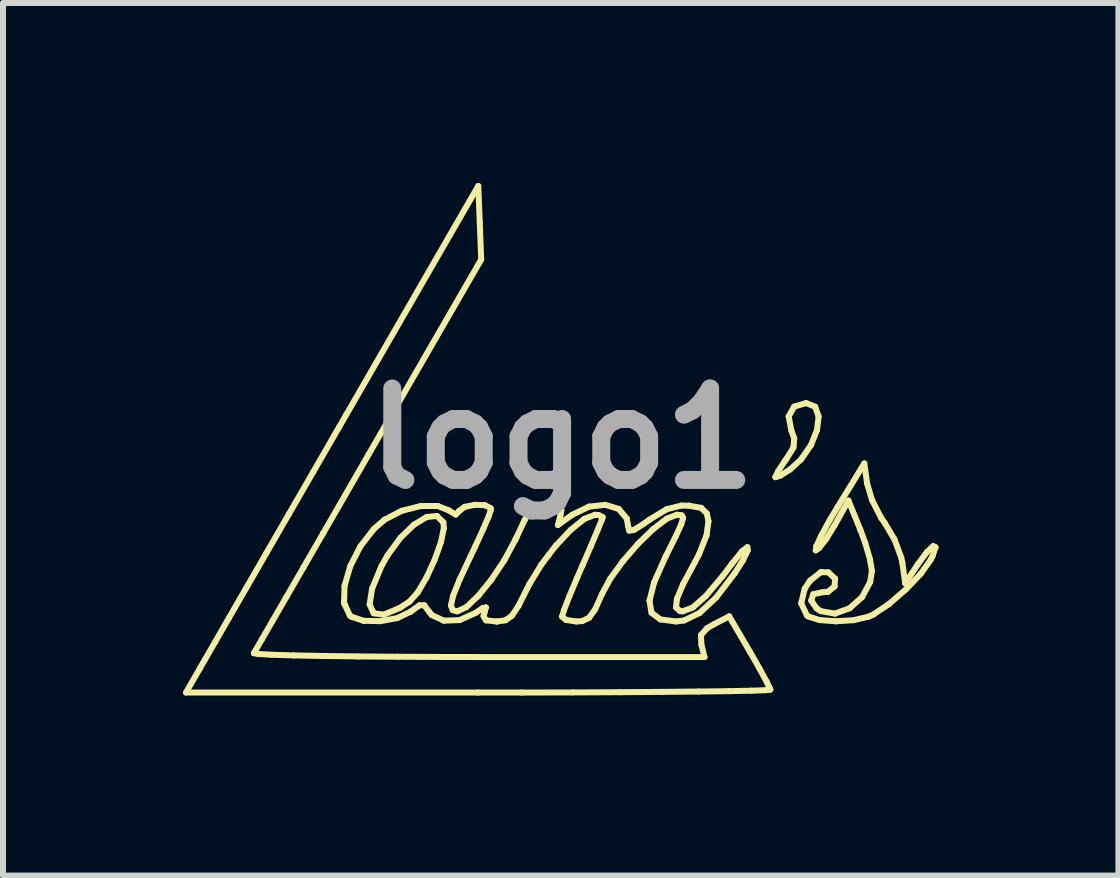
<source format=kicad_pcb>
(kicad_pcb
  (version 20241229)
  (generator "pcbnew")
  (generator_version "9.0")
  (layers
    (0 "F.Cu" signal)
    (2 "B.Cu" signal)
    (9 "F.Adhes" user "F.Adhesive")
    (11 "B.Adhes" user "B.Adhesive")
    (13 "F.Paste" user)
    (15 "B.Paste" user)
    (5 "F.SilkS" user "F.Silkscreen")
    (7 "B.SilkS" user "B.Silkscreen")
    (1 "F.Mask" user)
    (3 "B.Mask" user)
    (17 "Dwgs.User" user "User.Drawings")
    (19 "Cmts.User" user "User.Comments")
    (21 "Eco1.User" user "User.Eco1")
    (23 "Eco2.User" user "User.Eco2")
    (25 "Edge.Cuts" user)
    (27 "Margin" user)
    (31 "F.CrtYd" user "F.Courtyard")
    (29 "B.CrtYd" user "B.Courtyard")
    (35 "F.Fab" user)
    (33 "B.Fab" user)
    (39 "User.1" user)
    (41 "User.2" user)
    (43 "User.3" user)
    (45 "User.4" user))
  (footprint "logo1"
    (layer "F.Cu")
    (at 6.319 4.261)
    (property "Reference" "logo1" (at 0 0 0) (layer "F.Fab") (effects (font (size 1.524 1.524) (thickness 0.3))))
    (attr board_only exclude_from_pos_files exclude_from_bom)
    (fp_poly (pts (xy 4.218 -0.531) (xy 4.276 -0.369) (xy 4.25 -0.145) (xy 4.15 0.106) (xy 3.985 0.346) (xy 3.8 0.515) (xy 3.64 0.616) (xy 3.559 0.643) (xy 3.556 0.637) (xy 3.602 0.542) (xy 3.714 0.372) (xy 3.74 0.337) (xy 3.857 0.148) (xy 3.87 -0.003) (xy 3.822 -0.135) (xy 3.777 -0.37) (xy 3.868 -0.533) (xy 4.069 -0.593)) (stroke (width 0) (type solid)) (fill yes) (layer "F.Mask"))
    (fp_poly (pts (xy -1.372 -3.598) (xy -1.348 -2.985) (xy -3.224 0.264) (xy -3.615 0.942) (xy -3.98 1.574) (xy -4.31 2.146) (xy -4.597 2.643) (xy -4.832 3.049) (xy -5.006 3.35) (xy -5.11 3.531) (xy -5.137 3.577) (xy -5.063 3.59) (xy -4.837 3.603) (xy -4.474 3.614) (xy -3.993 3.623) (xy -3.409 3.631) (xy -2.74 3.636) (xy -2.002 3.64) (xy -1.4 3.641) (xy 2.374 3.641) (xy 2.322 3.435) (xy 2.315 3.276) (xy 2.418 3.16) (xy 2.529 3.096) (xy 2.786 2.963) (xy 3.129 3.549) (xy 3.289 3.829) (xy 3.409 4.049) (xy 3.468 4.173) (xy 3.471 4.185) (xy 3.389 4.194) (xy 3.153 4.202) (xy 2.777 4.21) (xy 2.276 4.216) (xy 1.666 4.222) (xy 0.961 4.227) (xy 0.177 4.231) (xy -0.672 4.233) (xy -1.399 4.233) (xy -6.269 4.233) (xy -6.034 3.825) (xy -5.947 3.673) (xy -5.783 3.39) (xy -5.554 2.991) (xy -5.266 2.493) (xy -4.93 1.91) (xy -4.554 1.259) (xy -4.148 0.556) (xy -3.72 -0.186) (xy -3.598 -0.397) (xy -1.397 -4.211)) (stroke (width 0) (type solid)) (fill yes) (layer "F.Mask"))
    (fp_poly (pts (xy 5.085 0.749) (xy 5.168 1.028) (xy 5.32 1.323) (xy 5.378 1.406) (xy 5.542 1.683) (xy 5.654 1.985) (xy 5.672 2.071) (xy 5.72 2.413) (xy 5.929 2.097) (xy 6.082 1.89) (xy 6.187 1.792) (xy 6.225 1.811) (xy 6.178 1.952) (xy 6.146 2.017) (xy 5.98 2.252) (xy 5.728 2.516) (xy 5.446 2.76) (xy 5.187 2.933) (xy 5.112 2.967) (xy 4.858 3.027) (xy 4.563 3.045) (xy 4.29 3.024) (xy 4.104 2.965) (xy 4.081 2.946) (xy 3.986 2.745) (xy 4.045 2.501) (xy 4.135 2.366) (xy 4.314 2.226) (xy 4.438 2.229) (xy 4.551 2.334) (xy 4.542 2.464) (xy 4.432 2.554) (xy 4.336 2.562) (xy 4.186 2.594) (xy 4.153 2.7) (xy 4.242 2.829) (xy 4.312 2.876) (xy 4.549 2.917) (xy 4.792 2.828) (xy 5.001 2.642) (xy 5.136 2.389) (xy 5.164 2.204) (xy 5.132 2.01) (xy 5.051 1.732) (xy 4.969 1.512) (xy 4.774 1.033) (xy 4.541 1.448) (xy 4.401 1.675) (xy 4.283 1.825) (xy 4.229 1.863) (xy 4.237 1.796) (xy 4.32 1.617) (xy 4.464 1.355) (xy 4.594 1.138) (xy 5.038 0.414)) (stroke (width 0) (type solid)) (fill yes) (layer "F.Mask"))
    (fp_poly (pts (xy -0.066 1.117) (xy -0.012 1.187) (xy -0.025 1.27) (xy -0.069 1.44) (xy 0.169 1.27) (xy 0.449 1.134) (xy 0.72 1.104) (xy 0.943 1.172) (xy 1.078 1.331) (xy 1.101 1.457) (xy 1.119 1.533) (xy 1.195 1.524) (xy 1.36 1.421) (xy 1.458 1.351) (xy 1.742 1.178) (xy 1.99 1.116) (xy 2.114 1.118) (xy 2.32 1.155) (xy 2.413 1.248) (xy 2.44 1.377) (xy 2.408 1.613) (xy 2.283 1.928) (xy 2.217 2.054) (xy 2.019 2.423) (xy 1.915 2.67) (xy 1.899 2.815) (xy 1.967 2.875) (xy 2.01 2.879) (xy 2.178 2.816) (xy 2.398 2.622) (xy 2.679 2.289) (xy 2.829 2.09) (xy 2.998 1.88) (xy 3.089 1.81) (xy 3.095 1.865) (xy 3.013 2.033) (xy 2.882 2.239) (xy 2.57 2.647) (xy 2.292 2.907) (xy 2.033 3.032) (xy 1.902 3.048) (xy 1.638 3.014) (xy 1.491 2.903) (xy 1.457 2.701) (xy 1.535 2.396) (xy 1.722 1.975) (xy 1.736 1.947) (xy 1.896 1.626) (xy 1.987 1.427) (xy 2.017 1.321) (xy 1.994 1.278) (xy 1.924 1.27) (xy 1.912 1.27) (xy 1.745 1.335) (xy 1.518 1.509) (xy 1.264 1.756) (xy 1.016 2.042) (xy 0.805 2.333) (xy 0.669 2.584) (xy 0.55 2.848) (xy 0.449 2.988) (xy 0.333 3.042) (xy 0.238 3.048) (xy 0.067 3.023) (xy 0 2.967) (xy 0.032 2.859) (xy 0.119 2.635) (xy 0.246 2.331) (xy 0.339 2.117) (xy 0.482 1.788) (xy 0.595 1.52) (xy 0.664 1.35) (xy 0.677 1.309) (xy 0.608 1.274) (xy 0.548 1.27) (xy 0.372 1.338) (xy 0.144 1.522) (xy -0.105 1.786) (xy -0.225 1.942) (xy -0.344 2.098) (xy -0.544 2.425) (xy -0.581 2.499) (xy -0.726 2.787) (xy -0.836 2.953) (xy -0.943 3.028) (xy -1.078 3.048) (xy -1.096 3.048) (xy -1.269 3.029) (xy -1.309 2.957) (xy -1.295 2.906) (xy -1.269 2.814) (xy -1.32 2.823) (xy -1.443 2.906) (xy -1.708 3.025) (xy -1.97 3.035) (xy -2.173 2.94) (xy -2.217 2.885) (xy -2.296 2.779) (xy -2.376 2.778) (xy -2.523 2.883) (xy -2.525 2.885) (xy -2.747 2.992) (xy -3.031 3.043) (xy -3.309 3.037) (xy -3.513 2.968) (xy -3.539 2.946) (xy -3.623 2.764) (xy -3.208 2.764) (xy -3.14 2.912) (xy -2.971 2.934) (xy -2.705 2.822) (xy -2.541 2.715) (xy -2.404 2.561) (xy -2.257 2.31) (xy -2.121 2.013) (xy -2.018 1.722) (xy -1.97 1.489) (xy -1.979 1.395) (xy -2.087 1.289) (xy -2.259 1.308) (xy -2.47 1.436) (xy -2.695 1.654) (xy -2.908 1.944) (xy -3.01 2.125) (xy -3.166 2.499) (xy -3.208 2.764) (xy -3.623 2.764) (xy -3.634 2.741) (xy -3.626 2.454) (xy -3.53 2.125) (xy -3.361 1.795) (xy -3.134 1.503) (xy -2.959 1.352) (xy -2.672 1.203) (xy -2.357 1.124) (xy -2.073 1.123) (xy -1.892 1.195) (xy -1.773 1.266) (xy -1.715 1.207) (xy -1.715 1.206) (xy -1.624 1.138) (xy -1.457 1.104) (xy -1.288 1.11) (xy -1.19 1.16) (xy -1.185 1.179) (xy -1.22 1.286) (xy -1.313 1.505) (xy -1.448 1.799) (xy -1.524 1.958) (xy -1.708 2.351) (xy -1.816 2.618) (xy -1.852 2.781) (xy -1.822 2.86) (xy -1.746 2.879) (xy -1.596 2.809) (xy -1.397 2.621) (xy -1.177 2.349) (xy -0.962 2.027) (xy -0.78 1.689) (xy -0.758 1.643) (xy -0.624 1.357) (xy -0.521 1.194) (xy -0.417 1.12) (xy -0.28 1.101) (xy -0.248 1.101)) (stroke (width 0) (type solid)) (fill yes) (layer "F.Mask"))
    (fp_line (start -6.269 4.233) (end -6.034 3.825) (stroke (width 0.1) (type solid)) (layer "F.SilkS"))
    (fp_line (start -6.034 3.825) (end -5.947 3.673) (stroke (width 0.1) (type solid)) (layer "F.SilkS"))
    (fp_line (start -5.947 3.673) (end -5.783 3.39) (stroke (width 0.1) (type solid)) (layer "F.SilkS"))
    (fp_line (start -5.783 3.39) (end -5.554 2.991) (stroke (width 0.1) (type solid)) (layer "F.SilkS"))
    (fp_line (start -5.554 2.991) (end -5.266 2.493) (stroke (width 0.1) (type solid)) (layer "F.SilkS"))
    (fp_line (start -5.266 2.493) (end -4.93 1.91) (stroke (width 0.1) (type solid)) (layer "F.SilkS"))
    (fp_line (start -5.137 3.577) (end -5.063 3.59) (stroke (width 0.1) (type solid)) (layer "F.SilkS"))
    (fp_line (start -5.11 3.531) (end -5.137 3.577) (stroke (width 0.1) (type solid)) (layer "F.SilkS"))
    (fp_line (start -5.063 3.59) (end -4.837 3.603) (stroke (width 0.1) (type solid)) (layer "F.SilkS"))
    (fp_line (start -5.006 3.35) (end -5.11 3.531) (stroke (width 0.1) (type solid)) (layer "F.SilkS"))
    (fp_line (start -4.93 1.91) (end -4.554 1.259) (stroke (width 0.1) (type solid)) (layer "F.SilkS"))
    (fp_line (start -4.837 3.603) (end -4.474 3.614) (stroke (width 0.1) (type solid)) (layer "F.SilkS"))
    (fp_line (start -4.832 3.049) (end -5.006 3.35) (stroke (width 0.1) (type solid)) (layer "F.SilkS"))
    (fp_line (start -4.597 2.643) (end -4.832 3.049) (stroke (width 0.1) (type solid)) (layer "F.SilkS"))
    (fp_line (start -4.554 1.259) (end -4.148 0.556) (stroke (width 0.1) (type solid)) (layer "F.SilkS"))
    (fp_line (start -4.474 3.614) (end -3.993 3.623) (stroke (width 0.1) (type solid)) (layer "F.SilkS"))
    (fp_line (start -4.31 2.146) (end -4.597 2.643) (stroke (width 0.1) (type solid)) (layer "F.SilkS"))
    (fp_line (start -4.148 0.556) (end -3.72 -0.186) (stroke (width 0.1) (type solid)) (layer "F.SilkS"))
    (fp_line (start -3.993 3.623) (end -3.409 3.631) (stroke (width 0.1) (type solid)) (layer "F.SilkS"))
    (fp_line (start -3.98 1.574) (end -4.31 2.146) (stroke (width 0.1) (type solid)) (layer "F.SilkS"))
    (fp_line (start -3.72 -0.186) (end -3.598 -0.397) (stroke (width 0.1) (type solid)) (layer "F.SilkS"))
    (fp_line (start -3.634 2.741) (end -3.626 2.454) (stroke (width 0.1) (type solid)) (layer "F.SilkS"))
    (fp_line (start -3.626 2.454) (end -3.53 2.125) (stroke (width 0.1) (type solid)) (layer "F.SilkS"))
    (fp_line (start -3.623 2.764) (end -3.634 2.741) (stroke (width 0.1) (type solid)) (layer "F.SilkS"))
    (fp_line (start -3.615 0.942) (end -3.98 1.574) (stroke (width 0.1) (type solid)) (layer "F.SilkS"))
    (fp_line (start -3.598 -0.397) (end -1.397 -4.211) (stroke (width 0.1) (type solid)) (layer "F.SilkS"))
    (fp_line (start -3.539 2.946) (end -3.623 2.764) (stroke (width 0.1) (type solid)) (layer "F.SilkS"))
    (fp_line (start -3.53 2.125) (end -3.361 1.795) (stroke (width 0.1) (type solid)) (layer "F.SilkS"))
    (fp_line (start -3.513 2.968) (end -3.539 2.946) (stroke (width 0.1) (type solid)) (layer "F.SilkS"))
    (fp_line (start -3.409 3.631) (end -2.74 3.636) (stroke (width 0.1) (type solid)) (layer "F.SilkS"))
    (fp_line (start -3.361 1.795) (end -3.134 1.503) (stroke (width 0.1) (type solid)) (layer "F.SilkS"))
    (fp_line (start -3.309 3.037) (end -3.513 2.968) (stroke (width 0.1) (type solid)) (layer "F.SilkS"))
    (fp_line (start -3.224 0.264) (end -3.615 0.942) (stroke (width 0.1) (type solid)) (layer "F.SilkS"))
    (fp_line (start -3.208 2.764) (end -3.14 2.912) (stroke (width 0.1) (type solid)) (layer "F.SilkS"))
    (fp_line (start -3.166 2.499) (end -3.208 2.764) (stroke (width 0.1) (type solid)) (layer "F.SilkS"))
    (fp_line (start -3.14 2.912) (end -2.971 2.934) (stroke (width 0.1) (type solid)) (layer "F.SilkS"))
    (fp_line (start -3.134 1.503) (end -2.959 1.352) (stroke (width 0.1) (type solid)) (layer "F.SilkS"))
    (fp_line (start -3.031 3.043) (end -3.309 3.037) (stroke (width 0.1) (type solid)) (layer "F.SilkS"))
    (fp_line (start -3.01 2.125) (end -3.166 2.499) (stroke (width 0.1) (type solid)) (layer "F.SilkS"))
    (fp_line (start -2.971 2.934) (end -2.705 2.822) (stroke (width 0.1) (type solid)) (layer "F.SilkS"))
    (fp_line (start -2.959 1.352) (end -2.672 1.203) (stroke (width 0.1) (type solid)) (layer "F.SilkS"))
    (fp_line (start -2.908 1.944) (end -3.01 2.125) (stroke (width 0.1) (type solid)) (layer "F.SilkS"))
    (fp_line (start -2.747 2.992) (end -3.031 3.043) (stroke (width 0.1) (type solid)) (layer "F.SilkS"))
    (fp_line (start -2.74 3.636) (end -2.002 3.64) (stroke (width 0.1) (type solid)) (layer "F.SilkS"))
    (fp_line (start -2.705 2.822) (end -2.541 2.715) (stroke (width 0.1) (type solid)) (layer "F.SilkS"))
    (fp_line (start -2.695 1.654) (end -2.908 1.944) (stroke (width 0.1) (type solid)) (layer "F.SilkS"))
    (fp_line (start -2.672 1.203) (end -2.357 1.124) (stroke (width 0.1) (type solid)) (layer "F.SilkS"))
    (fp_line (start -2.541 2.715) (end -2.404 2.561) (stroke (width 0.1) (type solid)) (layer "F.SilkS"))
    (fp_line (start -2.525 2.885) (end -2.747 2.992) (stroke (width 0.1) (type solid)) (layer "F.SilkS"))
    (fp_line (start -2.523 2.883) (end -2.525 2.885) (stroke (width 0.1) (type solid)) (layer "F.SilkS"))
    (fp_line (start -2.47 1.436) (end -2.695 1.654) (stroke (width 0.1) (type solid)) (layer "F.SilkS"))
    (fp_line (start -2.404 2.561) (end -2.257 2.31) (stroke (width 0.1) (type solid)) (layer "F.SilkS"))
    (fp_line (start -2.376 2.778) (end -2.523 2.883) (stroke (width 0.1) (type solid)) (layer "F.SilkS"))
    (fp_line (start -2.357 1.124) (end -2.073 1.123) (stroke (width 0.1) (type solid)) (layer "F.SilkS"))
    (fp_line (start -2.296 2.779) (end -2.376 2.778) (stroke (width 0.1) (type solid)) (layer "F.SilkS"))
    (fp_line (start -2.259 1.308) (end -2.47 1.436) (stroke (width 0.1) (type solid)) (layer "F.SilkS"))
    (fp_line (start -2.257 2.31) (end -2.121 2.013) (stroke (width 0.1) (type solid)) (layer "F.SilkS"))
    (fp_line (start -2.217 2.885) (end -2.296 2.779) (stroke (width 0.1) (type solid)) (layer "F.SilkS"))
    (fp_line (start -2.173 2.94) (end -2.217 2.885) (stroke (width 0.1) (type solid)) (layer "F.SilkS"))
    (fp_line (start -2.121 2.013) (end -2.018 1.722) (stroke (width 0.1) (type solid)) (layer "F.SilkS"))
    (fp_line (start -2.087 1.289) (end -2.259 1.308) (stroke (width 0.1) (type solid)) (layer "F.SilkS"))
    (fp_line (start -2.073 1.123) (end -1.892 1.195) (stroke (width 0.1) (type solid)) (layer "F.SilkS"))
    (fp_line (start -2.018 1.722) (end -1.97 1.489) (stroke (width 0.1) (type solid)) (layer "F.SilkS"))
    (fp_line (start -2.002 3.64) (end -1.4 3.641) (stroke (width 0.1) (type solid)) (layer "F.SilkS"))
    (fp_line (start -1.979 1.395) (end -2.087 1.289) (stroke (width 0.1) (type solid)) (layer "F.SilkS"))
    (fp_line (start -1.97 1.489) (end -1.979 1.395) (stroke (width 0.1) (type solid)) (layer "F.SilkS"))
    (fp_line (start -1.97 3.035) (end -2.173 2.94) (stroke (width 0.1) (type solid)) (layer "F.SilkS"))
    (fp_line (start -1.892 1.195) (end -1.773 1.266) (stroke (width 0.1) (type solid)) (layer "F.SilkS"))
    (fp_line (start -1.852 2.781) (end -1.822 2.86) (stroke (width 0.1) (type solid)) (layer "F.SilkS"))
    (fp_line (start -1.822 2.86) (end -1.746 2.879) (stroke (width 0.1) (type solid)) (layer "F.SilkS"))
    (fp_line (start -1.816 2.618) (end -1.852 2.781) (stroke (width 0.1) (type solid)) (layer "F.SilkS"))
    (fp_line (start -1.773 1.266) (end -1.715 1.207) (stroke (width 0.1) (type solid)) (layer "F.SilkS"))
    (fp_line (start -1.746 2.879) (end -1.596 2.809) (stroke (width 0.1) (type solid)) (layer "F.SilkS"))
    (fp_line (start -1.715 1.207) (end -1.715 1.206) (stroke (width 0.1) (type solid)) (layer "F.SilkS"))
    (fp_line (start -1.715 1.206) (end -1.624 1.138) (stroke (width 0.1) (type solid)) (layer "F.SilkS"))
    (fp_line (start -1.708 2.351) (end -1.816 2.618) (stroke (width 0.1) (type solid)) (layer "F.SilkS"))
    (fp_line (start -1.708 3.025) (end -1.97 3.035) (stroke (width 0.1) (type solid)) (layer "F.SilkS"))
    (fp_line (start -1.624 1.138) (end -1.457 1.104) (stroke (width 0.1) (type solid)) (layer "F.SilkS"))
    (fp_line (start -1.596 2.809) (end -1.397 2.621) (stroke (width 0.1) (type solid)) (layer "F.SilkS"))
    (fp_line (start -1.524 1.958) (end -1.708 2.351) (stroke (width 0.1) (type solid)) (layer "F.SilkS"))
    (fp_line (start -1.457 1.104) (end -1.288 1.11) (stroke (width 0.1) (type solid)) (layer "F.SilkS"))
    (fp_line (start -1.448 1.799) (end -1.524 1.958) (stroke (width 0.1) (type solid)) (layer "F.SilkS"))
    (fp_line (start -1.443 2.906) (end -1.708 3.025) (stroke (width 0.1) (type solid)) (layer "F.SilkS"))
    (fp_line (start -1.4 3.641) (end 2.374 3.641) (stroke (width 0.1) (type solid)) (layer "F.SilkS"))
    (fp_line (start -1.399 4.233) (end -6.269 4.233) (stroke (width 0.1) (type solid)) (layer "F.SilkS"))
    (fp_line (start -1.397 2.621) (end -1.177 2.349) (stroke (width 0.1) (type solid)) (layer "F.SilkS"))
    (fp_line (start -1.397 -4.211) (end -1.372 -3.598) (stroke (width 0.1) (type solid)) (layer "F.SilkS"))
    (fp_line (start -1.372 -3.598) (end -1.348 -2.985) (stroke (width 0.1) (type solid)) (layer "F.SilkS"))
    (fp_line (start -1.348 -2.985) (end -3.224 0.264) (stroke (width 0.1) (type solid)) (layer "F.SilkS"))
    (fp_line (start -1.32 2.823) (end -1.443 2.906) (stroke (width 0.1) (type solid)) (layer "F.SilkS"))
    (fp_line (start -1.313 1.505) (end -1.448 1.799) (stroke (width 0.1) (type solid)) (layer "F.SilkS"))
    (fp_line (start -1.309 2.957) (end -1.295 2.906) (stroke (width 0.1) (type solid)) (layer "F.SilkS"))
    (fp_line (start -1.295 2.906) (end -1.269 2.814) (stroke (width 0.1) (type solid)) (layer "F.SilkS"))
    (fp_line (start -1.288 1.11) (end -1.19 1.16) (stroke (width 0.1) (type solid)) (layer "F.SilkS"))
    (fp_line (start -1.269 3.029) (end -1.309 2.957) (stroke (width 0.1) (type solid)) (layer "F.SilkS"))
    (fp_line (start -1.269 2.814) (end -1.32 2.823) (stroke (width 0.1) (type solid)) (layer "F.SilkS"))
    (fp_line (start -1.22 1.286) (end -1.313 1.505) (stroke (width 0.1) (type solid)) (layer "F.SilkS"))
    (fp_line (start -1.19 1.16) (end -1.185 1.179) (stroke (width 0.1) (type solid)) (layer "F.SilkS"))
    (fp_line (start -1.185 1.179) (end -1.22 1.286) (stroke (width 0.1) (type solid)) (layer "F.SilkS"))
    (fp_line (start -1.177 2.349) (end -0.962 2.027) (stroke (width 0.1) (type solid)) (layer "F.SilkS"))
    (fp_line (start -1.096 3.048) (end -1.269 3.029) (stroke (width 0.1) (type solid)) (layer "F.SilkS"))
    (fp_line (start -1.078 3.048) (end -1.096 3.048) (stroke (width 0.1) (type solid)) (layer "F.SilkS"))
    (fp_line (start -0.962 2.027) (end -0.78 1.689) (stroke (width 0.1) (type solid)) (layer "F.SilkS"))
    (fp_line (start -0.943 3.028) (end -1.078 3.048) (stroke (width 0.1) (type solid)) (layer "F.SilkS"))
    (fp_line (start -0.836 2.953) (end -0.943 3.028) (stroke (width 0.1) (type solid)) (layer "F.SilkS"))
    (fp_line (start -0.78 1.689) (end -0.758 1.643) (stroke (width 0.1) (type solid)) (layer "F.SilkS"))
    (fp_line (start -0.758 1.643) (end -0.624 1.357) (stroke (width 0.1) (type solid)) (layer "F.SilkS"))
    (fp_line (start -0.726 2.787) (end -0.836 2.953) (stroke (width 0.1) (type solid)) (layer "F.SilkS"))
    (fp_line (start -0.672 4.233) (end -1.399 4.233) (stroke (width 0.1) (type solid)) (layer "F.SilkS"))
    (fp_line (start -0.624 1.357) (end -0.521 1.194) (stroke (width 0.1) (type solid)) (layer "F.SilkS"))
    (fp_line (start -0.581 2.499) (end -0.726 2.787) (stroke (width 0.1) (type solid)) (layer "F.SilkS"))
    (fp_line (start -0.544 2.425) (end -0.581 2.499) (stroke (width 0.1) (type solid)) (layer "F.SilkS"))
    (fp_line (start -0.521 1.194) (end -0.417 1.12) (stroke (width 0.1) (type solid)) (layer "F.SilkS"))
    (fp_line (start -0.417 1.12) (end -0.28 1.101) (stroke (width 0.1) (type solid)) (layer "F.SilkS"))
    (fp_line (start -0.344 2.098) (end -0.544 2.425) (stroke (width 0.1) (type solid)) (layer "F.SilkS"))
    (fp_line (start -0.28 1.101) (end -0.248 1.101) (stroke (width 0.1) (type solid)) (layer "F.SilkS"))
    (fp_line (start -0.248 1.101) (end -0.066 1.117) (stroke (width 0.1) (type solid)) (layer "F.SilkS"))
    (fp_line (start -0.225 1.942) (end -0.344 2.098) (stroke (width 0.1) (type solid)) (layer "F.SilkS"))
    (fp_line (start -0.105 1.786) (end -0.225 1.942) (stroke (width 0.1) (type solid)) (layer "F.SilkS"))
    (fp_line (start -0.069 1.44) (end 0.169 1.27) (stroke (width 0.1) (type solid)) (layer "F.SilkS"))
    (fp_line (start -0.066 1.117) (end -0.012 1.187) (stroke (width 0.1) (type solid)) (layer "F.SilkS"))
    (fp_line (start -0.025 1.27) (end -0.069 1.44) (stroke (width 0.1) (type solid)) (layer "F.SilkS"))
    (fp_line (start -0.012 1.187) (end -0.025 1.27) (stroke (width 0.1) (type solid)) (layer "F.SilkS"))
    (fp_line (start 0 2.967) (end 0.032 2.859) (stroke (width 0.1) (type solid)) (layer "F.SilkS"))
    (fp_line (start 0.032 2.859) (end 0.119 2.635) (stroke (width 0.1) (type solid)) (layer "F.SilkS"))
    (fp_line (start 0.067 3.023) (end 0 2.967) (stroke (width 0.1) (type solid)) (layer "F.SilkS"))
    (fp_line (start 0.119 2.635) (end 0.246 2.331) (stroke (width 0.1) (type solid)) (layer "F.SilkS"))
    (fp_line (start 0.144 1.522) (end -0.105 1.786) (stroke (width 0.1) (type solid)) (layer "F.SilkS"))
    (fp_line (start 0.169 1.27) (end 0.449 1.134) (stroke (width 0.1) (type solid)) (layer "F.SilkS"))
    (fp_line (start 0.177 4.231) (end -0.672 4.233) (stroke (width 0.1) (type solid)) (layer "F.SilkS"))
    (fp_line (start 0.238 3.048) (end 0.067 3.023) (stroke (width 0.1) (type solid)) (layer "F.SilkS"))
    (fp_line (start 0.246 2.331) (end 0.339 2.117) (stroke (width 0.1) (type solid)) (layer "F.SilkS"))
    (fp_line (start 0.333 3.042) (end 0.238 3.048) (stroke (width 0.1) (type solid)) (layer "F.SilkS"))
    (fp_line (start 0.339 2.117) (end 0.482 1.788) (stroke (width 0.1) (type solid)) (layer "F.SilkS"))
    (fp_line (start 0.372 1.338) (end 0.144 1.522) (stroke (width 0.1) (type solid)) (layer "F.SilkS"))
    (fp_line (start 0.449 1.134) (end 0.72 1.104) (stroke (width 0.1) (type solid)) (layer "F.SilkS"))
    (fp_line (start 0.449 2.988) (end 0.333 3.042) (stroke (width 0.1) (type solid)) (layer "F.SilkS"))
    (fp_line (start 0.482 1.788) (end 0.595 1.52) (stroke (width 0.1) (type solid)) (layer "F.SilkS"))
    (fp_line (start 0.548 1.27) (end 0.372 1.338) (stroke (width 0.1) (type solid)) (layer "F.SilkS"))
    (fp_line (start 0.55 2.848) (end 0.449 2.988) (stroke (width 0.1) (type solid)) (layer "F.SilkS"))
    (fp_line (start 0.595 1.52) (end 0.664 1.35) (stroke (width 0.1) (type solid)) (layer "F.SilkS"))
    (fp_line (start 0.608 1.274) (end 0.548 1.27) (stroke (width 0.1) (type solid)) (layer "F.SilkS"))
    (fp_line (start 0.664 1.35) (end 0.677 1.309) (stroke (width 0.1) (type solid)) (layer "F.SilkS"))
    (fp_line (start 0.669 2.584) (end 0.55 2.848) (stroke (width 0.1) (type solid)) (layer "F.SilkS"))
    (fp_line (start 0.677 1.309) (end 0.608 1.274) (stroke (width 0.1) (type solid)) (layer "F.SilkS"))
    (fp_line (start 0.72 1.104) (end 0.943 1.172) (stroke (width 0.1) (type solid)) (layer "F.SilkS"))
    (fp_line (start 0.805 2.333) (end 0.669 2.584) (stroke (width 0.1) (type solid)) (layer "F.SilkS"))
    (fp_line (start 0.943 1.172) (end 1.078 1.331) (stroke (width 0.1) (type solid)) (layer "F.SilkS"))
    (fp_line (start 0.961 4.227) (end 0.177 4.231) (stroke (width 0.1) (type solid)) (layer "F.SilkS"))
    (fp_line (start 1.016 2.042) (end 0.805 2.333) (stroke (width 0.1) (type solid)) (layer "F.SilkS"))
    (fp_line (start 1.078 1.331) (end 1.101 1.457) (stroke (width 0.1) (type solid)) (layer "F.SilkS"))
    (fp_line (start 1.101 1.457) (end 1.119 1.533) (stroke (width 0.1) (type solid)) (layer "F.SilkS"))
    (fp_line (start 1.119 1.533) (end 1.195 1.524) (stroke (width 0.1) (type solid)) (layer "F.SilkS"))
    (fp_line (start 1.195 1.524) (end 1.36 1.421) (stroke (width 0.1) (type solid)) (layer "F.SilkS"))
    (fp_line (start 1.264 1.756) (end 1.016 2.042) (stroke (width 0.1) (type solid)) (layer "F.SilkS"))
    (fp_line (start 1.36 1.421) (end 1.458 1.351) (stroke (width 0.1) (type solid)) (layer "F.SilkS"))
    (fp_line (start 1.457 2.701) (end 1.535 2.396) (stroke (width 0.1) (type solid)) (layer "F.SilkS"))
    (fp_line (start 1.458 1.351) (end 1.742 1.178) (stroke (width 0.1) (type solid)) (layer "F.SilkS"))
    (fp_line (start 1.491 2.903) (end 1.457 2.701) (stroke (width 0.1) (type solid)) (layer "F.SilkS"))
    (fp_line (start 1.518 1.509) (end 1.264 1.756) (stroke (width 0.1) (type solid)) (layer "F.SilkS"))
    (fp_line (start 1.535 2.396) (end 1.722 1.975) (stroke (width 0.1) (type solid)) (layer "F.SilkS"))
    (fp_line (start 1.638 3.014) (end 1.491 2.903) (stroke (width 0.1) (type solid)) (layer "F.SilkS"))
    (fp_line (start 1.666 4.222) (end 0.961 4.227) (stroke (width 0.1) (type solid)) (layer "F.SilkS"))
    (fp_line (start 1.722 1.975) (end 1.736 1.947) (stroke (width 0.1) (type solid)) (layer "F.SilkS"))
    (fp_line (start 1.736 1.947) (end 1.896 1.626) (stroke (width 0.1) (type solid)) (layer "F.SilkS"))
    (fp_line (start 1.742 1.178) (end 1.99 1.116) (stroke (width 0.1) (type solid)) (layer "F.SilkS"))
    (fp_line (start 1.745 1.335) (end 1.518 1.509) (stroke (width 0.1) (type solid)) (layer "F.SilkS"))
    (fp_line (start 1.896 1.626) (end 1.987 1.427) (stroke (width 0.1) (type solid)) (layer "F.SilkS"))
    (fp_line (start 1.899 2.815) (end 1.967 2.875) (stroke (width 0.1) (type solid)) (layer "F.SilkS"))
    (fp_line (start 1.902 3.048) (end 1.638 3.014) (stroke (width 0.1) (type solid)) (layer "F.SilkS"))
    (fp_line (start 1.912 1.27) (end 1.745 1.335) (stroke (width 0.1) (type solid)) (layer "F.SilkS"))
    (fp_line (start 1.915 2.67) (end 1.899 2.815) (stroke (width 0.1) (type solid)) (layer "F.SilkS"))
    (fp_line (start 1.924 1.27) (end 1.912 1.27) (stroke (width 0.1) (type solid)) (layer "F.SilkS"))
    (fp_line (start 1.967 2.875) (end 2.01 2.879) (stroke (width 0.1) (type solid)) (layer "F.SilkS"))
    (fp_line (start 1.987 1.427) (end 2.017 1.321) (stroke (width 0.1) (type solid)) (layer "F.SilkS"))
    (fp_line (start 1.99 1.116) (end 2.114 1.118) (stroke (width 0.1) (type solid)) (layer "F.SilkS"))
    (fp_line (start 1.994 1.278) (end 1.924 1.27) (stroke (width 0.1) (type solid)) (layer "F.SilkS"))
    (fp_line (start 2.01 2.879) (end 2.178 2.816) (stroke (width 0.1) (type solid)) (layer "F.SilkS"))
    (fp_line (start 2.017 1.321) (end 1.994 1.278) (stroke (width 0.1) (type solid)) (layer "F.SilkS"))
    (fp_line (start 2.019 2.423) (end 1.915 2.67) (stroke (width 0.1) (type solid)) (layer "F.SilkS"))
    (fp_line (start 2.033 3.032) (end 1.902 3.048) (stroke (width 0.1) (type solid)) (layer "F.SilkS"))
    (fp_line (start 2.114 1.118) (end 2.32 1.155) (stroke (width 0.1) (type solid)) (layer "F.SilkS"))
    (fp_line (start 2.178 2.816) (end 2.398 2.622) (stroke (width 0.1) (type solid)) (layer "F.SilkS"))
    (fp_line (start 2.217 2.054) (end 2.019 2.423) (stroke (width 0.1) (type solid)) (layer "F.SilkS"))
    (fp_line (start 2.276 4.216) (end 1.666 4.222) (stroke (width 0.1) (type solid)) (layer "F.SilkS"))
    (fp_line (start 2.283 1.928) (end 2.217 2.054) (stroke (width 0.1) (type solid)) (layer "F.SilkS"))
    (fp_line (start 2.292 2.907) (end 2.033 3.032) (stroke (width 0.1) (type solid)) (layer "F.SilkS"))
    (fp_line (start 2.315 3.276) (end 2.418 3.16) (stroke (width 0.1) (type solid)) (layer "F.SilkS"))
    (fp_line (start 2.32 1.155) (end 2.413 1.248) (stroke (width 0.1) (type solid)) (layer "F.SilkS"))
    (fp_line (start 2.322 3.435) (end 2.315 3.276) (stroke (width 0.1) (type solid)) (layer "F.SilkS"))
    (fp_line (start 2.374 3.641) (end 2.322 3.435) (stroke (width 0.1) (type solid)) (layer "F.SilkS"))
    (fp_line (start 2.398 2.622) (end 2.679 2.289) (stroke (width 0.1) (type solid)) (layer "F.SilkS"))
    (fp_line (start 2.408 1.613) (end 2.283 1.928) (stroke (width 0.1) (type solid)) (layer "F.SilkS"))
    (fp_line (start 2.413 1.248) (end 2.44 1.377) (stroke (width 0.1) (type solid)) (layer "F.SilkS"))
    (fp_line (start 2.418 3.16) (end 2.529 3.096) (stroke (width 0.1) (type solid)) (layer "F.SilkS"))
    (fp_line (start 2.44 1.377) (end 2.408 1.613) (stroke (width 0.1) (type solid)) (layer "F.SilkS"))
    (fp_line (start 2.529 3.096) (end 2.786 2.963) (stroke (width 0.1) (type solid)) (layer "F.SilkS"))
    (fp_line (start 2.57 2.647) (end 2.292 2.907) (stroke (width 0.1) (type solid)) (layer "F.SilkS"))
    (fp_line (start 2.679 2.289) (end 2.829 2.09) (stroke (width 0.1) (type solid)) (layer "F.SilkS"))
    (fp_line (start 2.777 4.21) (end 2.276 4.216) (stroke (width 0.1) (type solid)) (layer "F.SilkS"))
    (fp_line (start 2.786 2.963) (end 3.129 3.549) (stroke (width 0.1) (type solid)) (layer "F.SilkS"))
    (fp_line (start 2.829 2.09) (end 2.998 1.88) (stroke (width 0.1) (type solid)) (layer "F.SilkS"))
    (fp_line (start 2.882 2.239) (end 2.57 2.647) (stroke (width 0.1) (type solid)) (layer "F.SilkS"))
    (fp_line (start 2.998 1.88) (end 3.089 1.81) (stroke (width 0.1) (type solid)) (layer "F.SilkS"))
    (fp_line (start 3.013 2.033) (end 2.882 2.239) (stroke (width 0.1) (type solid)) (layer "F.SilkS"))
    (fp_line (start 3.089 1.81) (end 3.095 1.865) (stroke (width 0.1) (type solid)) (layer "F.SilkS"))
    (fp_line (start 3.095 1.865) (end 3.013 2.033) (stroke (width 0.1) (type solid)) (layer "F.SilkS"))
    (fp_line (start 3.129 3.549) (end 3.289 3.829) (stroke (width 0.1) (type solid)) (layer "F.SilkS"))
    (fp_line (start 3.153 4.202) (end 2.777 4.21) (stroke (width 0.1) (type solid)) (layer "F.SilkS"))
    (fp_line (start 3.289 3.829) (end 3.409 4.049) (stroke (width 0.1) (type solid)) (layer "F.SilkS"))
    (fp_line (start 3.389 4.194) (end 3.153 4.202) (stroke (width 0.1) (type solid)) (layer "F.SilkS"))
    (fp_line (start 3.409 4.049) (end 3.468 4.173) (stroke (width 0.1) (type solid)) (layer "F.SilkS"))
    (fp_line (start 3.468 4.173) (end 3.471 4.185) (stroke (width 0.1) (type solid)) (layer "F.SilkS"))
    (fp_line (start 3.471 4.185) (end 3.389 4.194) (stroke (width 0.1) (type solid)) (layer "F.SilkS"))
    (fp_line (start 3.556 0.637) (end 3.602 0.542) (stroke (width 0.1) (type solid)) (layer "F.SilkS"))
    (fp_line (start 3.559 0.643) (end 3.556 0.637) (stroke (width 0.1) (type solid)) (layer "F.SilkS"))
    (fp_line (start 3.602 0.542) (end 3.714 0.372) (stroke (width 0.1) (type solid)) (layer "F.SilkS"))
    (fp_line (start 3.64 0.616) (end 3.559 0.643) (stroke (width 0.1) (type solid)) (layer "F.SilkS"))
    (fp_line (start 3.714 0.372) (end 3.74 0.337) (stroke (width 0.1) (type solid)) (layer "F.SilkS"))
    (fp_line (start 3.74 0.337) (end 3.857 0.148) (stroke (width 0.1) (type solid)) (layer "F.SilkS"))
    (fp_line (start 3.777 -0.37) (end 3.868 -0.533) (stroke (width 0.1) (type solid)) (layer "F.SilkS"))
    (fp_line (start 3.8 0.515) (end 3.64 0.616) (stroke (width 0.1) (type solid)) (layer "F.SilkS"))
    (fp_line (start 3.822 -0.135) (end 3.777 -0.37) (stroke (width 0.1) (type solid)) (layer "F.SilkS"))
    (fp_line (start 3.857 0.148) (end 3.87 -0.003) (stroke (width 0.1) (type solid)) (layer "F.SilkS"))
    (fp_line (start 3.868 -0.533) (end 4.069 -0.593) (stroke (width 0.1) (type solid)) (layer "F.SilkS"))
    (fp_line (start 3.87 -0.003) (end 3.822 -0.135) (stroke (width 0.1) (type solid)) (layer "F.SilkS"))
    (fp_line (start 3.985 0.346) (end 3.8 0.515) (stroke (width 0.1) (type solid)) (layer "F.SilkS"))
    (fp_line (start 3.986 2.745) (end 4.045 2.501) (stroke (width 0.1) (type solid)) (layer "F.SilkS"))
    (fp_line (start 4.045 2.501) (end 4.135 2.366) (stroke (width 0.1) (type solid)) (layer "F.SilkS"))
    (fp_line (start 4.069 -0.593) (end 4.218 -0.531) (stroke (width 0.1) (type solid)) (layer "F.SilkS"))
    (fp_line (start 4.081 2.946) (end 3.986 2.745) (stroke (width 0.1) (type solid)) (layer "F.SilkS"))
    (fp_line (start 4.104 2.965) (end 4.081 2.946) (stroke (width 0.1) (type solid)) (layer "F.SilkS"))
    (fp_line (start 4.135 2.366) (end 4.314 2.226) (stroke (width 0.1) (type solid)) (layer "F.SilkS"))
    (fp_line (start 4.15 0.106) (end 3.985 0.346) (stroke (width 0.1) (type solid)) (layer "F.SilkS"))
    (fp_line (start 4.153 2.7) (end 4.242 2.829) (stroke (width 0.1) (type solid)) (layer "F.SilkS"))
    (fp_line (start 4.186 2.594) (end 4.153 2.7) (stroke (width 0.1) (type solid)) (layer "F.SilkS"))
    (fp_line (start 4.218 -0.531) (end 4.276 -0.369) (stroke (width 0.1) (type solid)) (layer "F.SilkS"))
    (fp_line (start 4.229 1.863) (end 4.237 1.796) (stroke (width 0.1) (type solid)) (layer "F.SilkS"))
    (fp_line (start 4.237 1.796) (end 4.32 1.617) (stroke (width 0.1) (type solid)) (layer "F.SilkS"))
    (fp_line (start 4.242 2.829) (end 4.312 2.876) (stroke (width 0.1) (type solid)) (layer "F.SilkS"))
    (fp_line (start 4.25 -0.145) (end 4.15 0.106) (stroke (width 0.1) (type solid)) (layer "F.SilkS"))
    (fp_line (start 4.276 -0.369) (end 4.25 -0.145) (stroke (width 0.1) (type solid)) (layer "F.SilkS"))
    (fp_line (start 4.283 1.825) (end 4.229 1.863) (stroke (width 0.1) (type solid)) (layer "F.SilkS"))
    (fp_line (start 4.29 3.024) (end 4.104 2.965) (stroke (width 0.1) (type solid)) (layer "F.SilkS"))
    (fp_line (start 4.312 2.876) (end 4.549 2.917) (stroke (width 0.1) (type solid)) (layer "F.SilkS"))
    (fp_line (start 4.314 2.226) (end 4.438 2.229) (stroke (width 0.1) (type solid)) (layer "F.SilkS"))
    (fp_line (start 4.32 1.617) (end 4.464 1.355) (stroke (width 0.1) (type solid)) (layer "F.SilkS"))
    (fp_line (start 4.336 2.562) (end 4.186 2.594) (stroke (width 0.1) (type solid)) (layer "F.SilkS"))
    (fp_line (start 4.401 1.675) (end 4.283 1.825) (stroke (width 0.1) (type solid)) (layer "F.SilkS"))
    (fp_line (start 4.432 2.554) (end 4.336 2.562) (stroke (width 0.1) (type solid)) (layer "F.SilkS"))
    (fp_line (start 4.438 2.229) (end 4.551 2.334) (stroke (width 0.1) (type solid)) (layer "F.SilkS"))
    (fp_line (start 4.464 1.355) (end 4.594 1.138) (stroke (width 0.1) (type solid)) (layer "F.SilkS"))
    (fp_line (start 4.541 1.448) (end 4.401 1.675) (stroke (width 0.1) (type solid)) (layer "F.SilkS"))
    (fp_line (start 4.542 2.464) (end 4.432 2.554) (stroke (width 0.1) (type solid)) (layer "F.SilkS"))
    (fp_line (start 4.549 2.917) (end 4.792 2.828) (stroke (width 0.1) (type solid)) (layer "F.SilkS"))
    (fp_line (start 4.551 2.334) (end 4.542 2.464) (stroke (width 0.1) (type solid)) (layer "F.SilkS"))
    (fp_line (start 4.563 3.045) (end 4.29 3.024) (stroke (width 0.1) (type solid)) (layer "F.SilkS"))
    (fp_line (start 4.594 1.138) (end 5.038 0.414) (stroke (width 0.1) (type solid)) (layer "F.SilkS"))
    (fp_line (start 4.774 1.033) (end 4.541 1.448) (stroke (width 0.1) (type solid)) (layer "F.SilkS"))
    (fp_line (start 4.792 2.828) (end 5.001 2.642) (stroke (width 0.1) (type solid)) (layer "F.SilkS"))
    (fp_line (start 4.858 3.027) (end 4.563 3.045) (stroke (width 0.1) (type solid)) (layer "F.SilkS"))
    (fp_line (start 4.969 1.512) (end 4.774 1.033) (stroke (width 0.1) (type solid)) (layer "F.SilkS"))
    (fp_line (start 5.001 2.642) (end 5.136 2.389) (stroke (width 0.1) (type solid)) (layer "F.SilkS"))
    (fp_line (start 5.038 0.414) (end 5.085 0.749) (stroke (width 0.1) (type solid)) (layer "F.SilkS"))
    (fp_line (start 5.051 1.732) (end 4.969 1.512) (stroke (width 0.1) (type solid)) (layer "F.SilkS"))
    (fp_line (start 5.085 0.749) (end 5.168 1.028) (stroke (width 0.1) (type solid)) (layer "F.SilkS"))
    (fp_line (start 5.112 2.967) (end 4.858 3.027) (stroke (width 0.1) (type solid)) (layer "F.SilkS"))
    (fp_line (start 5.132 2.01) (end 5.051 1.732) (stroke (width 0.1) (type solid)) (layer "F.SilkS"))
    (fp_line (start 5.136 2.389) (end 5.164 2.204) (stroke (width 0.1) (type solid)) (layer "F.SilkS"))
    (fp_line (start 5.164 2.204) (end 5.132 2.01) (stroke (width 0.1) (type solid)) (layer "F.SilkS"))
    (fp_line (start 5.168 1.028) (end 5.32 1.323) (stroke (width 0.1) (type solid)) (layer "F.SilkS"))
    (fp_line (start 5.187 2.933) (end 5.112 2.967) (stroke (width 0.1) (type solid)) (layer "F.SilkS"))
    (fp_line (start 5.32 1.323) (end 5.378 1.406) (stroke (width 0.1) (type solid)) (layer "F.SilkS"))
    (fp_line (start 5.378 1.406) (end 5.542 1.683) (stroke (width 0.1) (type solid)) (layer "F.SilkS"))
    (fp_line (start 5.446 2.76) (end 5.187 2.933) (stroke (width 0.1) (type solid)) (layer "F.SilkS"))
    (fp_line (start 5.542 1.683) (end 5.654 1.985) (stroke (width 0.1) (type solid)) (layer "F.SilkS"))
    (fp_line (start 5.654 1.985) (end 5.672 2.071) (stroke (width 0.1) (type solid)) (layer "F.SilkS"))
    (fp_line (start 5.672 2.071) (end 5.72 2.413) (stroke (width 0.1) (type solid)) (layer "F.SilkS"))
    (fp_line (start 5.72 2.413) (end 5.929 2.097) (stroke (width 0.1) (type solid)) (layer "F.SilkS"))
    (fp_line (start 5.728 2.516) (end 5.446 2.76) (stroke (width 0.1) (type solid)) (layer "F.SilkS"))
    (fp_line (start 5.929 2.097) (end 6.082 1.89) (stroke (width 0.1) (type solid)) (layer "F.SilkS"))
    (fp_line (start 5.98 2.252) (end 5.728 2.516) (stroke (width 0.1) (type solid)) (layer "F.SilkS"))
    (fp_line (start 6.082 1.89) (end 6.187 1.792) (stroke (width 0.1) (type solid)) (layer "F.SilkS"))
    (fp_line (start 6.146 2.017) (end 5.98 2.252) (stroke (width 0.1) (type solid)) (layer "F.SilkS"))
    (fp_line (start 6.178 1.952) (end 6.146 2.017) (stroke (width 0.1) (type solid)) (layer "F.SilkS"))
    (fp_line (start 6.187 1.792) (end 6.225 1.811) (stroke (width 0.1) (type solid)) (layer "F.SilkS"))
    (fp_line (start 6.225 1.811) (end 6.178 1.952) (stroke (width 0.1) (type solid)) (layer "F.SilkS")))
  (gr_rect
    (start -3 -3)
    (end 15.593 11.545)
    (stroke (width 0.1) (type default))
    (fill no)
    (layer "Edge.Cuts")))
</source>
